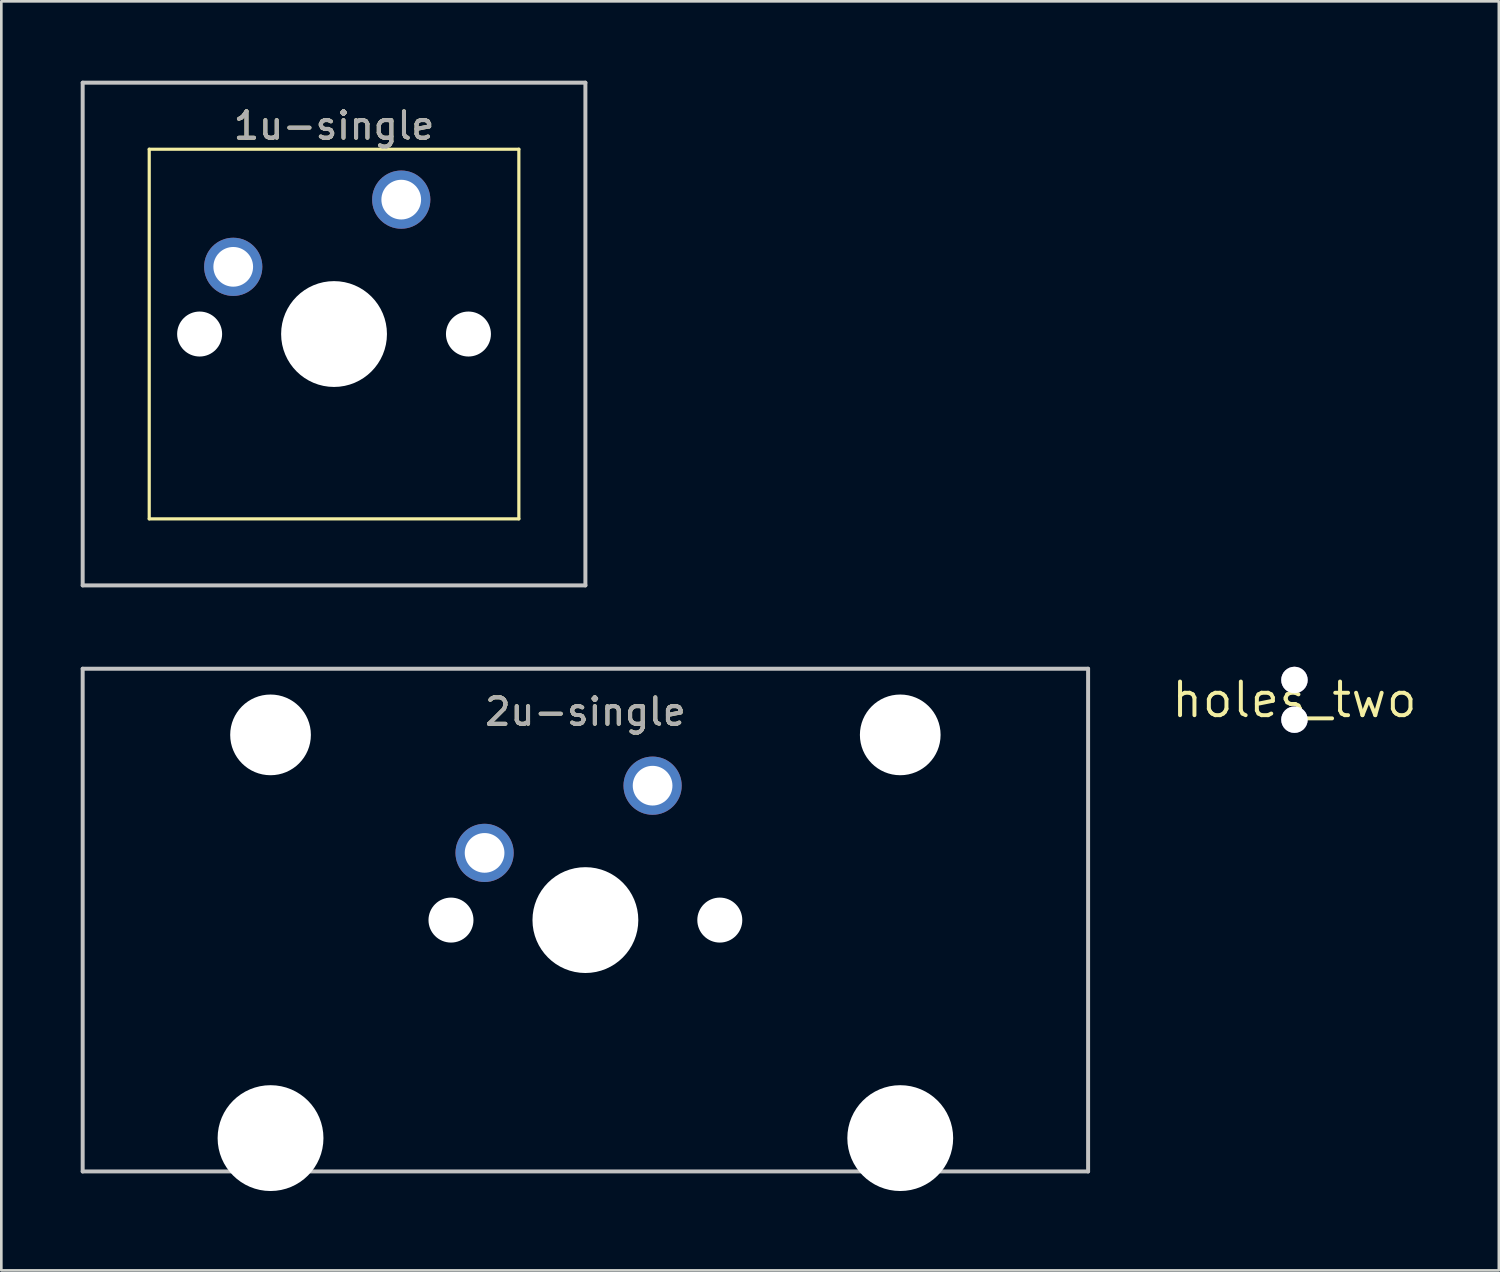
<source format=kicad_pcb>
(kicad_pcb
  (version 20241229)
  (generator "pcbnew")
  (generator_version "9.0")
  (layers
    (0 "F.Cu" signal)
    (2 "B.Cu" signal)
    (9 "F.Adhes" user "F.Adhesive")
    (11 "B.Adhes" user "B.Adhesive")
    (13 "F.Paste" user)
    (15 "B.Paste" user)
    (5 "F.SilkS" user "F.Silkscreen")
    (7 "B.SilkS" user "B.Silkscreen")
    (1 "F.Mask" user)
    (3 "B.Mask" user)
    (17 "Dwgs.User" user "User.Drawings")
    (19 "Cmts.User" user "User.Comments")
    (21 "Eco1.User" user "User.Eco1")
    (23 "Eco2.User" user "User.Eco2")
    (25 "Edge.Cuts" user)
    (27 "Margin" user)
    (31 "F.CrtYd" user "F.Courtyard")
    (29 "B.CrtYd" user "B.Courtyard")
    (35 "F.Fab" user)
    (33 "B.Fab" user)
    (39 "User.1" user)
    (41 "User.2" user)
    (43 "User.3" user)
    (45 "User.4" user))
  (footprint "2u-single"
    (layer "F.Cu")
    (at 19.075 31.725)
    (property "Reference" "2u-single" (at 0 -7.874 0) (layer "F.SilkS") (effects (font (size 1 1) (thickness 0.15))))
    (attr through_hole)
    (fp_line (start -19 -9.5) (end 19 -9.5) (stroke (width 0.15) (type solid)) (layer "Dwgs.User"))
    (fp_line (start -19 9.5) (end -19 -9.5) (stroke (width 0.15) (type solid)) (layer "Dwgs.User"))
    (fp_line (start 19 -9.5) (end 19 9.5) (stroke (width 0.15) (type solid)) (layer "Dwgs.User"))
    (fp_line (start 19 9.5) (end -19 9.5) (stroke (width 0.15) (type solid)) (layer "Dwgs.User"))
    (fp_text user "${REFERENCE}" (at 0 -7.874 0) (layer "F.Fab") (effects (font (size 1 1) (thickness 0.15))))
    (pad "" np_thru_hole circle (at -11.9 -7) (size 3.05 3.05) (drill 3.05) (layers "*.Cu" "*.Mask"))
    (pad "" np_thru_hole circle (at -11.9 8.24) (size 4 4) (drill 4) (layers "*.Cu" "*.Mask"))
    (pad "" np_thru_hole circle (at -5.08 0) (size 1.7 1.7) (drill 1.7) (layers "*.Cu" "*.Mask"))
    (pad "" np_thru_hole circle (at 0 0) (size 4 4) (drill 4) (layers "*.Cu" "*.Mask"))
    (pad "" np_thru_hole circle (at 5.08 0) (size 1.7 1.7) (drill 1.7) (layers "*.Cu" "*.Mask"))
    (pad "" np_thru_hole circle (at 11.9 -7) (size 3.05 3.05) (drill 3.05) (layers "*.Cu" "*.Mask"))
    (pad "" np_thru_hole circle (at 11.9 8.24) (size 4 4) (drill 4) (layers "*.Cu" "*.Mask"))
    (pad "1" thru_hole circle (at 2.54 -5.08) (size 2.2 2.2) (drill 1.5) (layers "*.Cu" "*.Mask"))
    (pad "2" thru_hole circle (at -3.81 -2.54) (size 2.2 2.2) (drill 1.5) (layers "*.Cu" "*.Mask")))
  (footprint "1u-single"
    (layer "F.Cu")
    (at 9.575 9.575)
    (property "Reference" "1u-single" (at 0 -7.874 0) (layer "F.SilkS") (effects (font (size 1 1) (thickness 0.15))))
    (attr through_hole)
    (fp_line (start -6.985 -6.985) (end 6.985 -6.985) (stroke (width 0.12) (type solid)) (layer "F.SilkS"))
    (fp_line (start -6.985 6.985) (end -6.985 -6.985) (stroke (width 0.12) (type solid)) (layer "F.SilkS"))
    (fp_line (start 6.985 -6.985) (end 6.985 6.985) (stroke (width 0.12) (type solid)) (layer "F.SilkS"))
    (fp_line (start 6.985 6.985) (end -6.985 6.985) (stroke (width 0.12) (type solid)) (layer "F.SilkS"))
    (fp_line (start -9.5 -9.5) (end 9.5 -9.5) (stroke (width 0.15) (type solid)) (layer "Dwgs.User"))
    (fp_line (start -9.5 9.5) (end -9.5 -9.5) (stroke (width 0.15) (type solid)) (layer "Dwgs.User"))
    (fp_line (start 9.5 -9.5) (end 9.5 9.5) (stroke (width 0.15) (type solid)) (layer "Dwgs.User"))
    (fp_line (start 9.5 9.5) (end -9.5 9.5) (stroke (width 0.15) (type solid)) (layer "Dwgs.User"))
    (fp_text user "${REFERENCE}" (at 0 -7.874 0) (layer "F.Fab") (effects (font (size 1 1) (thickness 0.15))))
    (pad "" np_thru_hole circle (at -5.08 0) (size 1.7 1.7) (drill 1.7) (layers "*.Cu" "*.Mask"))
    (pad "" np_thru_hole circle (at 0 0) (size 4 4) (drill 4) (layers "*.Cu" "*.Mask"))
    (pad "" np_thru_hole circle (at 5.08 0) (size 1.7 1.7) (drill 1.7) (layers "*.Cu" "*.Mask"))
    (pad "1" thru_hole circle (at 2.54 -5.08) (size 2.2 2.2) (drill 1.5) (layers "*.Cu" "*.Mask"))
    (pad "2" thru_hole circle (at -3.81 -2.54) (size 2.2 2.2) (drill 1.5) (layers "*.Cu" "*.Mask")))
  (footprint "holes_two"
    (layer "F.Cu")
    (at 45.874 23.4)
    (property "Reference" "holes_two" (at 0 0 0) (layer "F.SilkS") (effects (font (size 1.27 1.27) (thickness 0.15))))
    (attr through_hole)
    (pad "" thru_hole circle (at 0 -0.75) (size 1 1) (drill 1) (layers "*.Cu" "*.Mask"))
    (pad "" thru_hole circle (at 0 0.75) (size 1 1) (drill 1) (layers "*.Cu" "*.Mask")))
  (gr_rect
    (start -3 -3)
    (end 53.599 44.965)
    (stroke (width 0.1) (type default))
    (fill no)
    (layer "Edge.Cuts")))
</source>
